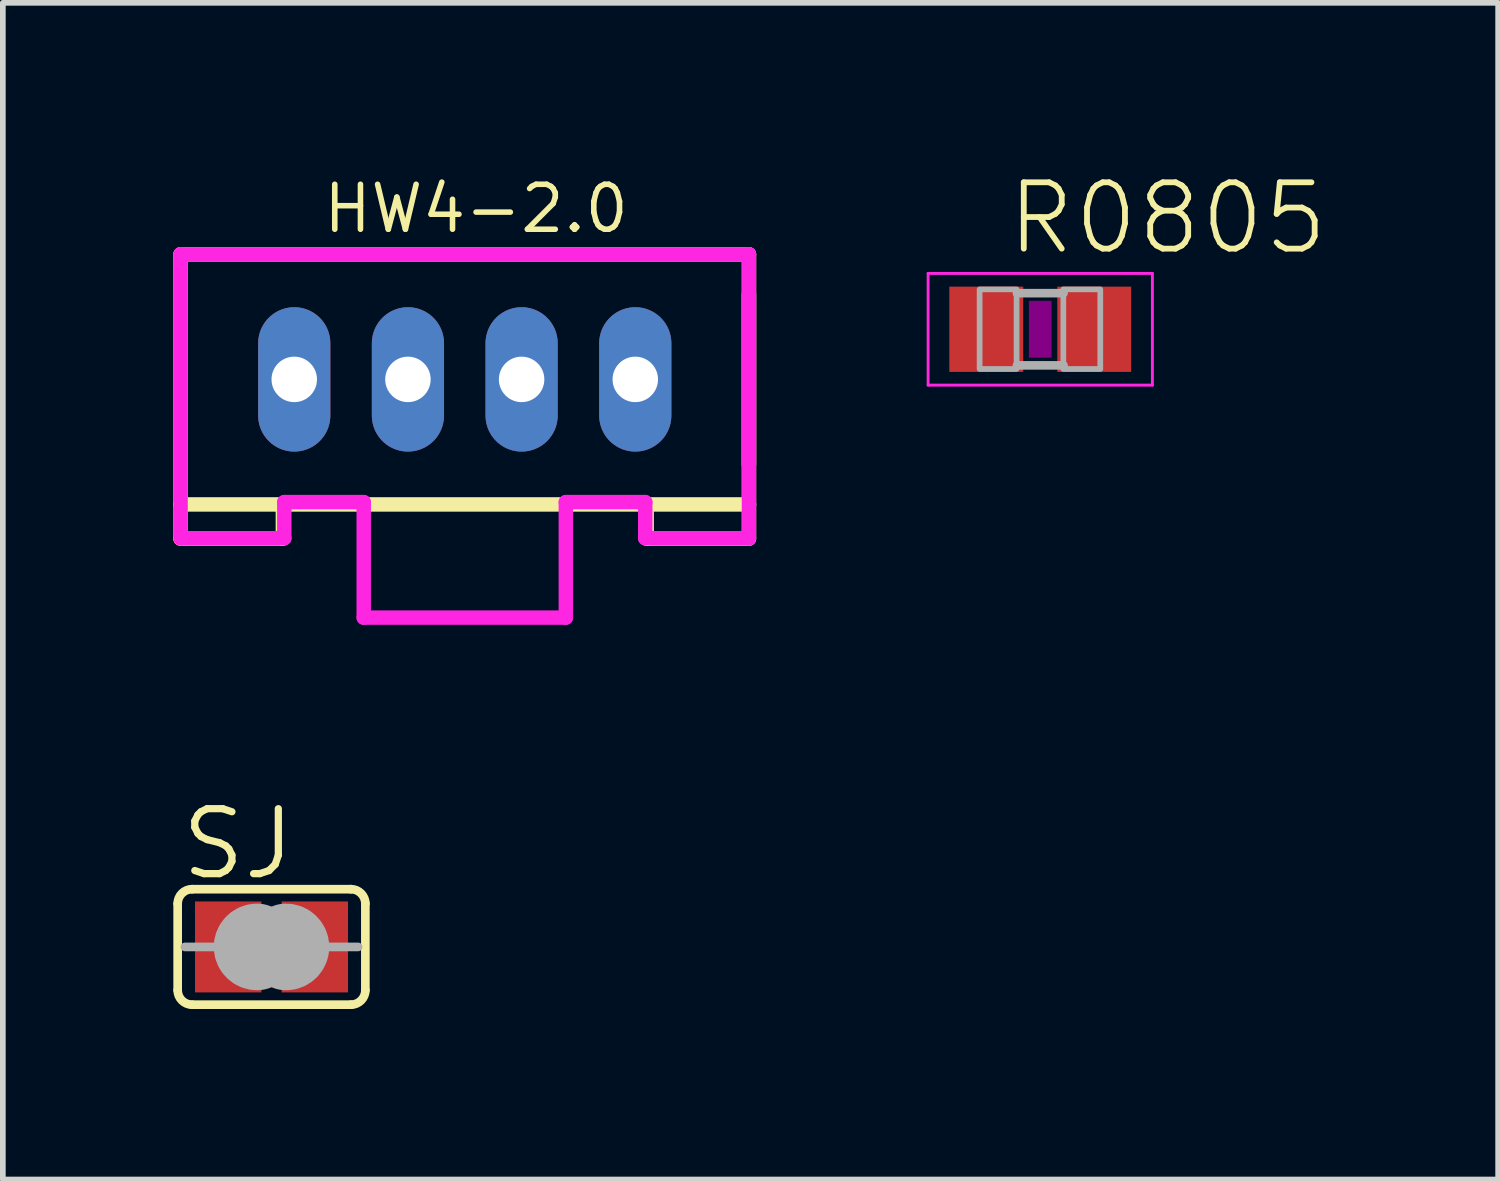
<source format=kicad_pcb>
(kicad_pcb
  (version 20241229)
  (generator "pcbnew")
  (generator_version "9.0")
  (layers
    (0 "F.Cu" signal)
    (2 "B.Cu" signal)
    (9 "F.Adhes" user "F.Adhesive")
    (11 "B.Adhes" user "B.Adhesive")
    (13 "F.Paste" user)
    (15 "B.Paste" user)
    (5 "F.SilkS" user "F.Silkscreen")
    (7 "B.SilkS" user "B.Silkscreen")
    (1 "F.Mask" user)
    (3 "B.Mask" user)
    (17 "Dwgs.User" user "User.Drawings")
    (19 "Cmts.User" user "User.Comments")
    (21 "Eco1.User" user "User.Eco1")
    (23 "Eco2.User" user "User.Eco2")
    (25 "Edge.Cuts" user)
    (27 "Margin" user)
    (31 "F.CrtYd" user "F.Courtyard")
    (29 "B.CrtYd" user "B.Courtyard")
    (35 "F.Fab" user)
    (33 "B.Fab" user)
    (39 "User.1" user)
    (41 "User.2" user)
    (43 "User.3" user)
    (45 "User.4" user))
  (footprint "HW4-2.0"
    (layer "F.Cu")
    (at 5.127 3.625)
    (property "Reference" "HW4-2.0" (at -2.54 -2.54 0) (layer "F.SilkS") (effects (font (size 0.791 0.791) (thickness 0.098)) (justify left bottom)))
    (fp_line (start -5 -2.2) (end -5 2.2) (stroke (width 0.254) (type solid)) (layer "F.SilkS"))
    (fp_line (start -5 -2.2) (end 5 -2.2) (stroke (width 0.254) (type solid)) (layer "F.SilkS"))
    (fp_line (start -5 -1) (end -5 1) (stroke (width 0.127) (type solid)) (layer "F.SilkS"))
    (fp_line (start -5 2.2) (end -5 2.8) (stroke (width 0.254) (type solid)) (layer "F.SilkS"))
    (fp_line (start -5 2.2) (end -3.2 2.2) (stroke (width 0.254) (type solid)) (layer "F.SilkS"))
    (fp_line (start -5 2.8) (end -3.2 2.8) (stroke (width 0.254) (type solid)) (layer "F.SilkS"))
    (fp_line (start -3.2 2.2) (end 3.2 2.2) (stroke (width 0.254) (type solid)) (layer "F.SilkS"))
    (fp_line (start -3.2 2.8) (end -3.2 2.2) (stroke (width 0.254) (type solid)) (layer "F.SilkS"))
    (fp_line (start 3.2 2.2) (end 3.2 2.8) (stroke (width 0.254) (type solid)) (layer "F.SilkS"))
    (fp_line (start 3.2 2.2) (end 5 2.2) (stroke (width 0.254) (type solid)) (layer "F.SilkS"))
    (fp_line (start 3.2 2.8) (end 5 2.8) (stroke (width 0.254) (type solid)) (layer "F.SilkS"))
    (fp_line (start 5 -1.5) (end 5 1.5) (stroke (width 0.254) (type solid)) (layer "F.SilkS"))
    (fp_line (start 5 2.2) (end 5 -2.2) (stroke (width 0.254) (type solid)) (layer "F.SilkS"))
    (fp_line (start 5 2.8) (end 5 2.2) (stroke (width 0.254) (type solid)) (layer "F.SilkS"))
    (fp_line (start -5 -2.2) (end 5 -2.2) (stroke (width 0.254) (type solid)) (layer "F.CrtYd"))
    (fp_line (start -5 2.8) (end -5 -2.2) (stroke (width 0.254) (type solid)) (layer "F.CrtYd"))
    (fp_line (start -4.953 2.794) (end -3.175 2.794) (stroke (width 0.254) (type solid)) (layer "F.CrtYd"))
    (fp_line (start -3.175 2.159) (end -1.778 2.159) (stroke (width 0.254) (type solid)) (layer "F.CrtYd"))
    (fp_line (start -3.175 2.794) (end -3.175 2.159) (stroke (width 0.254) (type solid)) (layer "F.CrtYd"))
    (fp_line (start -1.778 2.159) (end -1.778 4.191) (stroke (width 0.254) (type solid)) (layer "F.CrtYd"))
    (fp_line (start -1.778 4.191) (end 1.778 4.191) (stroke (width 0.254) (type solid)) (layer "F.CrtYd"))
    (fp_line (start 1.778 2.159) (end 3.175 2.159) (stroke (width 0.254) (type solid)) (layer "F.CrtYd"))
    (fp_line (start 1.778 4.191) (end 1.778 2.159) (stroke (width 0.254) (type solid)) (layer "F.CrtYd"))
    (fp_line (start 3.175 2.159) (end 3.175 2.794) (stroke (width 0.254) (type solid)) (layer "F.CrtYd"))
    (fp_line (start 3.175 2.794) (end 4.953 2.794) (stroke (width 0.254) (type solid)) (layer "F.CrtYd"))
    (fp_line (start 5 -2.2) (end 5 2.8) (stroke (width 0.254) (type solid)) (layer "F.CrtYd"))
    (pad "1" thru_hole oval (at -3 0 90) (size 2.54 1.27) (drill 0.8) (layers "*.Cu" "*.Mask"))
    (pad "2" thru_hole oval (at -1 0 90) (size 2.54 1.27) (drill 0.8) (layers "*.Cu" "*.Mask"))
    (pad "3" thru_hole oval (at 1 0 90) (size 2.54 1.27) (drill 0.8) (layers "*.Cu" "*.Mask"))
    (pad "4" thru_hole oval (at 3 0 90) (size 2.54 1.27) (drill 0.8) (layers "*.Cu" "*.Mask")))
  (footprint "R0805"
    (layer "F.Cu")
    (at 15.252 2.743)
    (property "Reference" "R0805" (at -0.635 -1.27 0) (layer "F.SilkS") (effects (font (size 1.168 1.168) (thickness 0.102)) (justify left bottom)))
    (fp_poly (pts (xy -0.2 0.5) (xy 0.2 0.5) (xy 0.2 -0.5) (xy -0.2 -0.5)) (stroke (width 0) (type solid)) (fill yes) (layer "F.Adhes"))
    (fp_line (start -1.973 -0.983) (end 1.973 -0.983) (stroke (width 0.051) (type solid)) (layer "F.CrtYd"))
    (fp_line (start -1.973 0.983) (end -1.973 -0.983) (stroke (width 0.051) (type solid)) (layer "F.CrtYd"))
    (fp_line (start 1.973 -0.983) (end 1.973 0.983) (stroke (width 0.051) (type solid)) (layer "F.CrtYd"))
    (fp_line (start 1.973 0.983) (end -1.973 0.983) (stroke (width 0.051) (type solid)) (layer "F.CrtYd"))
    (fp_line (start -0.41 -0.635) (end 0.41 -0.635) (stroke (width 0.152) (type solid)) (layer "F.Fab"))
    (fp_line (start -0.41 0.635) (end 0.41 0.635) (stroke (width 0.152) (type solid)) (layer "F.Fab"))
    (fp_poly (pts (xy -1.067 0.699) (xy -0.417 0.699) (xy -0.417 -0.702) (xy -1.067 -0.702)) (stroke (width 0.1) (type solid)) (fill no) (layer "F.Fab"))
    (fp_poly (pts (xy 0.406 0.699) (xy 1.056 0.699) (xy 1.056 -0.702) (xy 0.406 -0.702)) (stroke (width 0.1) (type solid)) (fill no) (layer "F.Fab"))
    (pad "1" smd rect (at -0.95 0) (size 1.3 1.5) (layers "F.Cu" "F.Mask" "F.Paste"))
    (pad "2" smd rect (at 0.95 0) (size 1.3 1.5) (layers "F.Cu" "F.Mask" "F.Paste")))
  (footprint "SJ"
    (layer "F.Cu")
    (at 1.727 13.61)
    (property "Reference" "SJ" (at -1.651 -1.143 0) (layer "F.SilkS") (effects (font (size 1.143 1.143) (thickness 0.127)) (justify left bottom)))
    (fp_poly (pts (xy -0.076 0.914) (xy 0.076 0.914) (xy 0.076 -0.914) (xy -0.076 -0.914)) (stroke (width 0) (type solid)) (fill yes) (layer "F.Mask"))
    (fp_line (start -1.651 0.762) (end -1.651 -0.762) (stroke (width 0.152) (type solid)) (layer "F.SilkS"))
    (fp_line (start -1.397 -1.016) (end 1.397 -1.016) (stroke (width 0.152) (type solid)) (layer "F.SilkS"))
    (fp_line (start 1.397 1.016) (end -1.397 1.016) (stroke (width 0.152) (type solid)) (layer "F.SilkS"))
    (fp_line (start 1.651 0.762) (end 1.651 -0.762) (stroke (width 0.152) (type solid)) (layer "F.SilkS"))
    (fp_arc (start -1.651 -0.762) (mid -1.576605 -0.941605) (end -1.397 -1.016) (stroke (width 0.1524) (type solid)) (layer "F.SilkS"))
    (fp_arc (start -1.397 1.016) (mid -1.576605 0.941605) (end -1.651 0.762) (stroke (width 0.1524) (type solid)) (layer "F.SilkS"))
    (fp_arc (start 1.397 -1.016) (mid 1.576605 -0.941605) (end 1.651 -0.762) (stroke (width 0.1524) (type solid)) (layer "F.SilkS"))
    (fp_arc (start 1.651 0.762) (mid 1.576605 0.941605) (end 1.397 1.016) (stroke (width 0.1524) (type solid)) (layer "F.SilkS"))
    (fp_line (start -1.016 0) (end -1.524 0) (stroke (width 0.152) (type solid)) (layer "F.Fab"))
    (fp_line (start 1.016 0) (end 1.524 0) (stroke (width 0.152) (type solid)) (layer "F.Fab"))
    (fp_arc (start -0.254 0.127) (mid -0.381 0) (end -0.254 -0.127) (stroke (width 1.27) (type solid)) (layer "F.Fab"))
    (fp_arc (start 0.254 -0.127) (mid 0.381 0) (end 0.254 0.127) (stroke (width 1.27) (type solid)) (layer "F.Fab"))
    (pad "1" smd rect (at -0.762 0) (size 1.168 1.6) (layers "F.Cu" "F.Mask" "F.Paste"))
    (pad "2" smd rect (at 0.762 0) (size 1.168 1.6) (layers "F.Cu" "F.Mask" "F.Paste")))
  (gr_rect
    (start -3 -3)
    (end 23.308 17.702)
    (stroke (width 0.1) (type default))
    (fill no)
    (layer "Edge.Cuts")))
</source>
